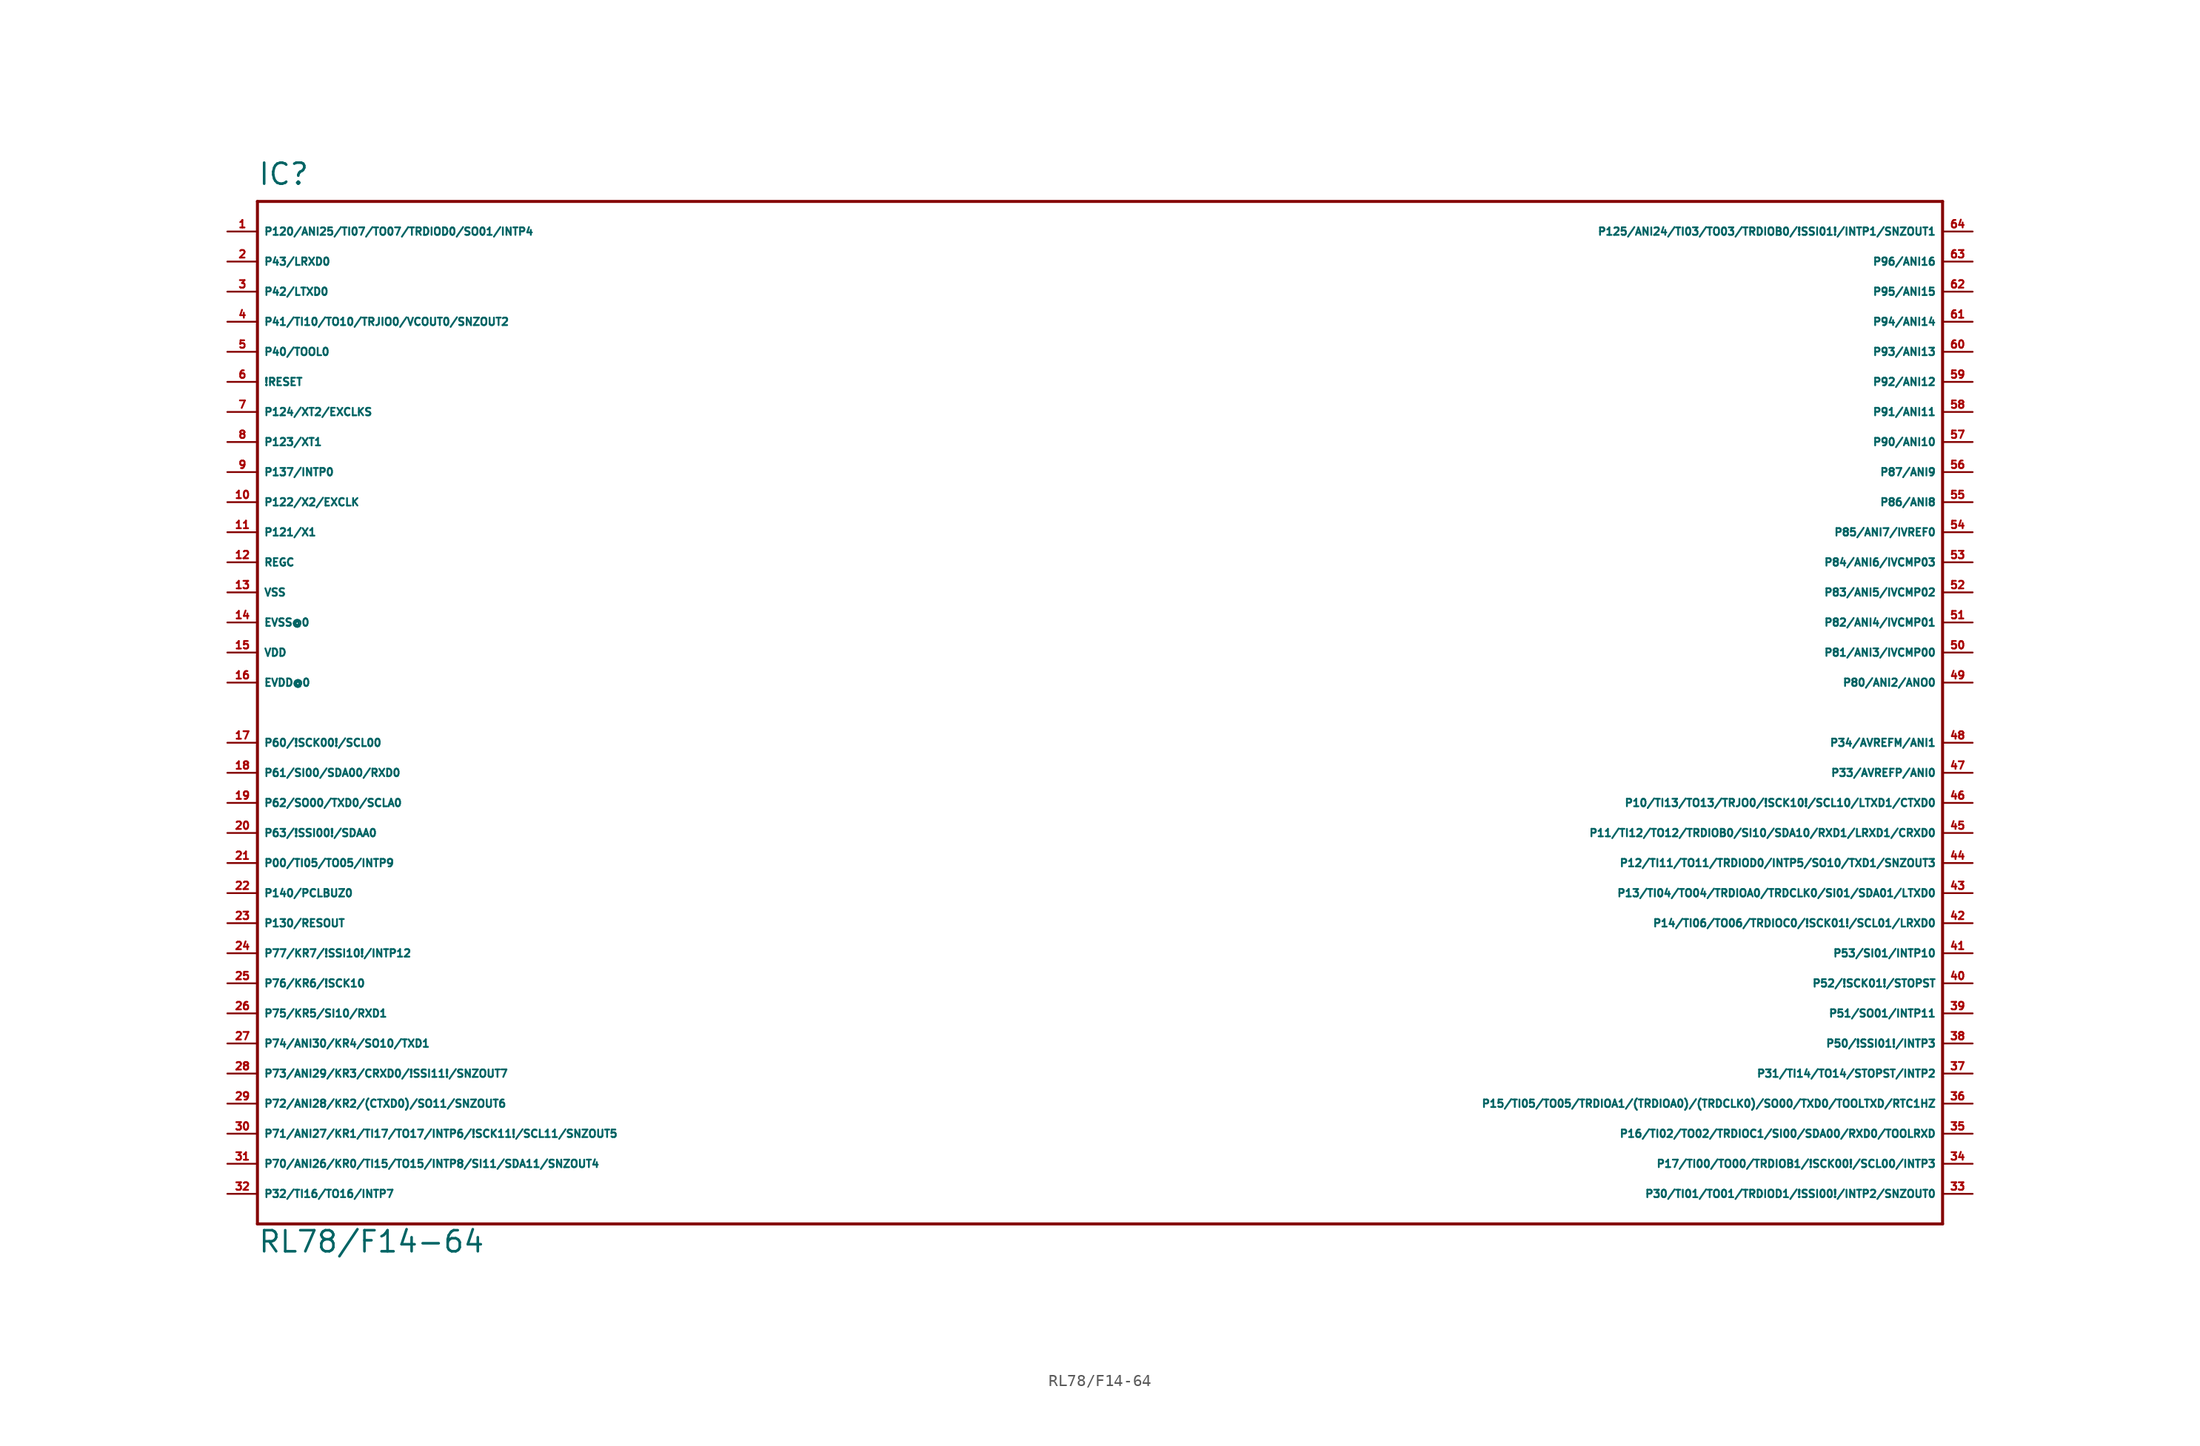
<source format=kicad_sym>
(kicad_symbol_lib
  (version 20220914)
  (generator Eagle2Kicad)
  (symbol "RL78/F14-64"
    (property "Reference" "IC"
      (at -73.66 41.91 0)
      (effects (font (size 1.778 1.778) (thickness 0.22)) (justify left bottom)))
    (property "Value" "RL78/F14-64"
      (at -73.66 -48.26 0)
      (effects (font (size 1.778 1.778) (thickness 0.22)) (justify left bottom)))
    (polyline
      (pts (xy 68.58 40.64) (xy -73.66 40.64))
      (stroke (width 0.254) (type default))
      (fill (type none)))
    (polyline
      (pts (xy -73.66 40.64) (xy -73.66 -45.72))
      (stroke (width 0.254) (type default))
      (fill (type none)))
    (polyline
      (pts (xy -73.66 -45.72) (xy 68.58 -45.72))
      (stroke (width 0.254) (type default))
      (fill (type none)))
    (polyline
      (pts (xy 68.58 -45.72) (xy 68.58 40.64))
      (stroke (width 0.254) (type default))
      (fill (type none)))
    (pin bidirectional line
      (at -76.2 35.56 0)
      (length 2.54)
      (name "P43/LRXD0" (effects (font (size 0.635 0.635) (thickness 0.08)) (justify left bottom)))
      (number "2" (effects (font (size 0.635 0.635) (thickness 0.08)) (justify left bottom))))
    (pin bidirectional line
      (at -76.2 33.02 0)
      (length 2.54)
      (name "P42/LTXD0" (effects (font (size 0.635 0.635) (thickness 0.08)) (justify left bottom)))
      (number "3" (effects (font (size 0.635 0.635) (thickness 0.08)) (justify left bottom))))
    (pin bidirectional line
      (at -76.2 30.48 0)
      (length 2.54)
      (name "P41/TI10/TO10/TRJIO0/VCOUT0/SNZOUT2" (effects (font (size 0.635 0.635) (thickness 0.08)) (justify left bottom)))
      (number "4" (effects (font (size 0.635 0.635) (thickness 0.08)) (justify left bottom))))
    (pin bidirectional line
      (at -76.2 27.94 0)
      (length 2.54)
      (name "P40/TOOL0" (effects (font (size 0.635 0.635) (thickness 0.08)) (justify left bottom)))
      (number "5" (effects (font (size 0.635 0.635) (thickness 0.08)) (justify left bottom))))
    (pin input line
      (at -76.2 25.4 0)
      (length 2.54)
      (name "!RESET" (effects (font (size 0.635 0.635) (thickness 0.08)) (justify left bottom)))
      (number "6" (effects (font (size 0.635 0.635) (thickness 0.08)) (justify left bottom))))
    (pin input line
      (at -76.2 22.86 0)
      (length 2.54)
      (name "P124/XT2/EXCLKS" (effects (font (size 0.635 0.635) (thickness 0.08)) (justify left bottom)))
      (number "7" (effects (font (size 0.635 0.635) (thickness 0.08)) (justify left bottom))))
    (pin input line
      (at -76.2 20.32 0)
      (length 2.54)
      (name "P123/XT1" (effects (font (size 0.635 0.635) (thickness 0.08)) (justify left bottom)))
      (number "8" (effects (font (size 0.635 0.635) (thickness 0.08)) (justify left bottom))))
    (pin input line
      (at -76.2 17.78 0)
      (length 2.54)
      (name "P137/INTP0" (effects (font (size 0.635 0.635) (thickness 0.08)) (justify left bottom)))
      (number "9" (effects (font (size 0.635 0.635) (thickness 0.08)) (justify left bottom))))
    (pin input line
      (at -76.2 15.24 0)
      (length 2.54)
      (name "P122/X2/EXCLK" (effects (font (size 0.635 0.635) (thickness 0.08)) (justify left bottom)))
      (number "10" (effects (font (size 0.635 0.635) (thickness 0.08)) (justify left bottom))))
    (pin input line
      (at -76.2 12.7 0)
      (length 2.54)
      (name "P121/X1" (effects (font (size 0.635 0.635) (thickness 0.08)) (justify left bottom)))
      (number "11" (effects (font (size 0.635 0.635) (thickness 0.08)) (justify left bottom))))
    (pin passive line
      (at -76.2 10.16 0)
      (length 2.54)
      (name "REGC" (effects (font (size 0.635 0.635) (thickness 0.08)) (justify left bottom)))
      (number "12" (effects (font (size 0.635 0.635) (thickness 0.08)) (justify left bottom))))
    (pin unspecified line
      (at -76.2 7.62 0)
      (length 2.54)
      (name "VSS" (effects (font (size 0.635 0.635) (thickness 0.08)) (justify left bottom)))
      (number "13" (effects (font (size 0.635 0.635) (thickness 0.08)) (justify left bottom))))
    (pin unspecified line
      (at -76.2 5.08 0)
      (length 2.54)
      (name "EVSS@0" (effects (font (size 0.635 0.635) (thickness 0.08)) (justify left bottom)))
      (number "14" (effects (font (size 0.635 0.635) (thickness 0.08)) (justify left bottom))))
    (pin unspecified line
      (at -76.2 2.54 0)
      (length 2.54)
      (name "VDD" (effects (font (size 0.635 0.635) (thickness 0.08)) (justify left bottom)))
      (number "15" (effects (font (size 0.635 0.635) (thickness 0.08)) (justify left bottom))))
    (pin unspecified line
      (at -76.2 0 0)
      (length 2.54)
      (name "EVDD@0" (effects (font (size 0.635 0.635) (thickness 0.08)) (justify left bottom)))
      (number "16" (effects (font (size 0.635 0.635) (thickness 0.08)) (justify left bottom))))
    (pin bidirectional line
      (at -76.2 -5.08 0)
      (length 2.54)
      (name "P60/!SCK00!/SCL00" (effects (font (size 0.635 0.635) (thickness 0.08)) (justify left bottom)))
      (number "17" (effects (font (size 0.635 0.635) (thickness 0.08)) (justify left bottom))))
    (pin bidirectional line
      (at -76.2 -7.62 0)
      (length 2.54)
      (name "P61/SI00/SDA00/RXD0" (effects (font (size 0.635 0.635) (thickness 0.08)) (justify left bottom)))
      (number "18" (effects (font (size 0.635 0.635) (thickness 0.08)) (justify left bottom))))
    (pin bidirectional line
      (at -76.2 -10.16 0)
      (length 2.54)
      (name "P62/SO00/TXD0/SCLA0" (effects (font (size 0.635 0.635) (thickness 0.08)) (justify left bottom)))
      (number "19" (effects (font (size 0.635 0.635) (thickness 0.08)) (justify left bottom))))
    (pin bidirectional line
      (at -76.2 -12.7 0)
      (length 2.54)
      (name "P63/!SSI00!/SDAA0" (effects (font (size 0.635 0.635) (thickness 0.08)) (justify left bottom)))
      (number "20" (effects (font (size 0.635 0.635) (thickness 0.08)) (justify left bottom))))
    (pin bidirectional line
      (at -76.2 -15.24 0)
      (length 2.54)
      (name "P00/TI05/TO05/INTP9" (effects (font (size 0.635 0.635) (thickness 0.08)) (justify left bottom)))
      (number "21" (effects (font (size 0.635 0.635) (thickness 0.08)) (justify left bottom))))
    (pin bidirectional line
      (at -76.2 -17.78 0)
      (length 2.54)
      (name "P140/PCLBUZ0" (effects (font (size 0.635 0.635) (thickness 0.08)) (justify left bottom)))
      (number "22" (effects (font (size 0.635 0.635) (thickness 0.08)) (justify left bottom))))
    (pin bidirectional line
      (at -76.2 -20.32 0)
      (length 2.54)
      (name "P130/RESOUT" (effects (font (size 0.635 0.635) (thickness 0.08)) (justify left bottom)))
      (number "23" (effects (font (size 0.635 0.635) (thickness 0.08)) (justify left bottom))))
    (pin bidirectional line
      (at -76.2 -22.86 0)
      (length 2.54)
      (name "P77/KR7/!SSI10!/INTP12" (effects (font (size 0.635 0.635) (thickness 0.08)) (justify left bottom)))
      (number "24" (effects (font (size 0.635 0.635) (thickness 0.08)) (justify left bottom))))
    (pin bidirectional line
      (at -76.2 -25.4 0)
      (length 2.54)
      (name "P76/KR6/!SCK10" (effects (font (size 0.635 0.635) (thickness 0.08)) (justify left bottom)))
      (number "25" (effects (font (size 0.635 0.635) (thickness 0.08)) (justify left bottom))))
    (pin bidirectional line
      (at -76.2 -27.94 0)
      (length 2.54)
      (name "P75/KR5/SI10/RXD1" (effects (font (size 0.635 0.635) (thickness 0.08)) (justify left bottom)))
      (number "26" (effects (font (size 0.635 0.635) (thickness 0.08)) (justify left bottom))))
    (pin bidirectional line
      (at -76.2 -30.48 0)
      (length 2.54)
      (name "P74/ANI30/KR4/SO10/TXD1" (effects (font (size 0.635 0.635) (thickness 0.08)) (justify left bottom)))
      (number "27" (effects (font (size 0.635 0.635) (thickness 0.08)) (justify left bottom))))
    (pin bidirectional line
      (at -76.2 -33.02 0)
      (length 2.54)
      (name "P73/ANI29/KR3/CRXD0/!SSI11!/SNZOUT7" (effects (font (size 0.635 0.635) (thickness 0.08)) (justify left bottom)))
      (number "28" (effects (font (size 0.635 0.635) (thickness 0.08)) (justify left bottom))))
    (pin bidirectional line
      (at -76.2 -35.56 0)
      (length 2.54)
      (name "P72/ANI28/KR2/(CTXD0)/SO11/SNZOUT6" (effects (font (size 0.635 0.635) (thickness 0.08)) (justify left bottom)))
      (number "29" (effects (font (size 0.635 0.635) (thickness 0.08)) (justify left bottom))))
    (pin bidirectional line
      (at -76.2 -38.1 0)
      (length 2.54)
      (name "P71/ANI27/KR1/TI17/TO17/INTP6/!SCK11!/SCL11/SNZOUT5" (effects (font (size 0.635 0.635) (thickness 0.08)) (justify left bottom)))
      (number "30" (effects (font (size 0.635 0.635) (thickness 0.08)) (justify left bottom))))
    (pin bidirectional line
      (at -76.2 -40.64 0)
      (length 2.54)
      (name "P70/ANI26/KR0/TI15/TO15/INTP8/SI11/SDA11/SNZOUT4" (effects (font (size 0.635 0.635) (thickness 0.08)) (justify left bottom)))
      (number "31" (effects (font (size 0.635 0.635) (thickness 0.08)) (justify left bottom))))
    (pin bidirectional line
      (at -76.2 -43.18 0)
      (length 2.54)
      (name "P32/TI16/TO16/INTP7" (effects (font (size 0.635 0.635) (thickness 0.08)) (justify left bottom)))
      (number "32" (effects (font (size 0.635 0.635) (thickness 0.08)) (justify left bottom))))
    (pin bidirectional line
      (at 71.12 -43.18 180)
      (length 2.54)
      (name "P30/TI01/TO01/TRDIOD1/!SSI00!/INTP2/SNZOUT0" (effects (font (size 0.635 0.635) (thickness 0.08)) (justify left bottom)))
      (number "33" (effects (font (size 0.635 0.635) (thickness 0.08)) (justify left bottom))))
    (pin bidirectional line
      (at 71.12 -40.64 180)
      (length 2.54)
      (name "P17/TI00/TO00/TRDIOB1/!SCK00!/SCL00/INTP3" (effects (font (size 0.635 0.635) (thickness 0.08)) (justify left bottom)))
      (number "34" (effects (font (size 0.635 0.635) (thickness 0.08)) (justify left bottom))))
    (pin bidirectional line
      (at 71.12 -38.1 180)
      (length 2.54)
      (name "P16/TI02/TO02/TRDIOC1/SI00/SDA00/RXD0/TOOLRXD" (effects (font (size 0.635 0.635) (thickness 0.08)) (justify left bottom)))
      (number "35" (effects (font (size 0.635 0.635) (thickness 0.08)) (justify left bottom))))
    (pin bidirectional line
      (at 71.12 -35.56 180)
      (length 2.54)
      (name "P15/TI05/TO05/TRDIOA1/(TRDIOA0)/(TRDCLK0)/SO00/TXD0/TOOLTXD/RTC1HZ" (effects (font (size 0.635 0.635) (thickness 0.08)) (justify left bottom)))
      (number "36" (effects (font (size 0.635 0.635) (thickness 0.08)) (justify left bottom))))
    (pin bidirectional line
      (at 71.12 -30.48 180)
      (length 2.54)
      (name "P50/!SSI01!/INTP3" (effects (font (size 0.635 0.635) (thickness 0.08)) (justify left bottom)))
      (number "38" (effects (font (size 0.635 0.635) (thickness 0.08)) (justify left bottom))))
    (pin bidirectional line
      (at 71.12 -27.94 180)
      (length 2.54)
      (name "P51/SO01/INTP11" (effects (font (size 0.635 0.635) (thickness 0.08)) (justify left bottom)))
      (number "39" (effects (font (size 0.635 0.635) (thickness 0.08)) (justify left bottom))))
    (pin bidirectional line
      (at 71.12 -25.4 180)
      (length 2.54)
      (name "P52/!SCK01!/STOPST" (effects (font (size 0.635 0.635) (thickness 0.08)) (justify left bottom)))
      (number "40" (effects (font (size 0.635 0.635) (thickness 0.08)) (justify left bottom))))
    (pin bidirectional line
      (at 71.12 -22.86 180)
      (length 2.54)
      (name "P53/SI01/INTP10" (effects (font (size 0.635 0.635) (thickness 0.08)) (justify left bottom)))
      (number "41" (effects (font (size 0.635 0.635) (thickness 0.08)) (justify left bottom))))
    (pin bidirectional line
      (at 71.12 -20.32 180)
      (length 2.54)
      (name "P14/TI06/TO06/TRDIOC0/!SCK01!/SCL01/LRXD0" (effects (font (size 0.635 0.635) (thickness 0.08)) (justify left bottom)))
      (number "42" (effects (font (size 0.635 0.635) (thickness 0.08)) (justify left bottom))))
    (pin bidirectional line
      (at 71.12 -17.78 180)
      (length 2.54)
      (name "P13/TI04/TO04/TRDIOA0/TRDCLK0/SI01/SDA01/LTXD0" (effects (font (size 0.635 0.635) (thickness 0.08)) (justify left bottom)))
      (number "43" (effects (font (size 0.635 0.635) (thickness 0.08)) (justify left bottom))))
    (pin bidirectional line
      (at 71.12 -15.24 180)
      (length 2.54)
      (name "P12/TI11/TO11/TRDIOD0/INTP5/SO10/TXD1/SNZOUT3" (effects (font (size 0.635 0.635) (thickness 0.08)) (justify left bottom)))
      (number "44" (effects (font (size 0.635 0.635) (thickness 0.08)) (justify left bottom))))
    (pin bidirectional line
      (at 71.12 -12.7 180)
      (length 2.54)
      (name "P11/TI12/TO12/TRDIOB0/SI10/SDA10/RXD1/LRXD1/CRXD0" (effects (font (size 0.635 0.635) (thickness 0.08)) (justify left bottom)))
      (number "45" (effects (font (size 0.635 0.635) (thickness 0.08)) (justify left bottom))))
    (pin bidirectional line
      (at 71.12 -10.16 180)
      (length 2.54)
      (name "P10/TI13/TO13/TRJO0/!SCK10!/SCL10/LTXD1/CTXD0" (effects (font (size 0.635 0.635) (thickness 0.08)) (justify left bottom)))
      (number "46" (effects (font (size 0.635 0.635) (thickness 0.08)) (justify left bottom))))
    (pin bidirectional line
      (at 71.12 -7.62 180)
      (length 2.54)
      (name "P33/AVREFP/ANI0" (effects (font (size 0.635 0.635) (thickness 0.08)) (justify left bottom)))
      (number "47" (effects (font (size 0.635 0.635) (thickness 0.08)) (justify left bottom))))
    (pin bidirectional line
      (at 71.12 -5.08 180)
      (length 2.54)
      (name "P34/AVREFM/ANI1" (effects (font (size 0.635 0.635) (thickness 0.08)) (justify left bottom)))
      (number "48" (effects (font (size 0.635 0.635) (thickness 0.08)) (justify left bottom))))
    (pin bidirectional line
      (at 71.12 0 180)
      (length 2.54)
      (name "P80/ANI2/ANO0" (effects (font (size 0.635 0.635) (thickness 0.08)) (justify left bottom)))
      (number "49" (effects (font (size 0.635 0.635) (thickness 0.08)) (justify left bottom))))
    (pin bidirectional line
      (at 71.12 2.54 180)
      (length 2.54)
      (name "P81/ANI3/IVCMP00" (effects (font (size 0.635 0.635) (thickness 0.08)) (justify left bottom)))
      (number "50" (effects (font (size 0.635 0.635) (thickness 0.08)) (justify left bottom))))
    (pin bidirectional line
      (at 71.12 5.08 180)
      (length 2.54)
      (name "P82/ANI4/IVCMP01" (effects (font (size 0.635 0.635) (thickness 0.08)) (justify left bottom)))
      (number "51" (effects (font (size 0.635 0.635) (thickness 0.08)) (justify left bottom))))
    (pin bidirectional line
      (at 71.12 7.62 180)
      (length 2.54)
      (name "P83/ANI5/IVCMP02" (effects (font (size 0.635 0.635) (thickness 0.08)) (justify left bottom)))
      (number "52" (effects (font (size 0.635 0.635) (thickness 0.08)) (justify left bottom))))
    (pin bidirectional line
      (at 71.12 10.16 180)
      (length 2.54)
      (name "P84/ANI6/IVCMP03" (effects (font (size 0.635 0.635) (thickness 0.08)) (justify left bottom)))
      (number "53" (effects (font (size 0.635 0.635) (thickness 0.08)) (justify left bottom))))
    (pin bidirectional line
      (at 71.12 12.7 180)
      (length 2.54)
      (name "P85/ANI7/IVREF0" (effects (font (size 0.635 0.635) (thickness 0.08)) (justify left bottom)))
      (number "54" (effects (font (size 0.635 0.635) (thickness 0.08)) (justify left bottom))))
    (pin bidirectional line
      (at 71.12 15.24 180)
      (length 2.54)
      (name "P86/ANI8" (effects (font (size 0.635 0.635) (thickness 0.08)) (justify left bottom)))
      (number "55" (effects (font (size 0.635 0.635) (thickness 0.08)) (justify left bottom))))
    (pin bidirectional line
      (at 71.12 17.78 180)
      (length 2.54)
      (name "P87/ANI9" (effects (font (size 0.635 0.635) (thickness 0.08)) (justify left bottom)))
      (number "56" (effects (font (size 0.635 0.635) (thickness 0.08)) (justify left bottom))))
    (pin bidirectional line
      (at 71.12 20.32 180)
      (length 2.54)
      (name "P90/ANI10" (effects (font (size 0.635 0.635) (thickness 0.08)) (justify left bottom)))
      (number "57" (effects (font (size 0.635 0.635) (thickness 0.08)) (justify left bottom))))
    (pin bidirectional line
      (at 71.12 22.86 180)
      (length 2.54)
      (name "P91/ANI11" (effects (font (size 0.635 0.635) (thickness 0.08)) (justify left bottom)))
      (number "58" (effects (font (size 0.635 0.635) (thickness 0.08)) (justify left bottom))))
    (pin bidirectional line
      (at 71.12 25.4 180)
      (length 2.54)
      (name "P92/ANI12" (effects (font (size 0.635 0.635) (thickness 0.08)) (justify left bottom)))
      (number "59" (effects (font (size 0.635 0.635) (thickness 0.08)) (justify left bottom))))
    (pin bidirectional line
      (at 71.12 27.94 180)
      (length 2.54)
      (name "P93/ANI13" (effects (font (size 0.635 0.635) (thickness 0.08)) (justify left bottom)))
      (number "60" (effects (font (size 0.635 0.635) (thickness 0.08)) (justify left bottom))))
    (pin bidirectional line
      (at 71.12 30.48 180)
      (length 2.54)
      (name "P94/ANI14" (effects (font (size 0.635 0.635) (thickness 0.08)) (justify left bottom)))
      (number "61" (effects (font (size 0.635 0.635) (thickness 0.08)) (justify left bottom))))
    (pin bidirectional line
      (at 71.12 33.02 180)
      (length 2.54)
      (name "P95/ANI15" (effects (font (size 0.635 0.635) (thickness 0.08)) (justify left bottom)))
      (number "62" (effects (font (size 0.635 0.635) (thickness 0.08)) (justify left bottom))))
    (pin bidirectional line
      (at 71.12 35.56 180)
      (length 2.54)
      (name "P96/ANI16" (effects (font (size 0.635 0.635) (thickness 0.08)) (justify left bottom)))
      (number "63" (effects (font (size 0.635 0.635) (thickness 0.08)) (justify left bottom))))
    (pin bidirectional line
      (at 71.12 38.1 180)
      (length 2.54)
      (name "P125/ANI24/TI03/TO03/TRDIOB0/!SSI01!/INTP1/SNZOUT1" (effects (font (size 0.635 0.635) (thickness 0.08)) (justify left bottom)))
      (number "64" (effects (font (size 0.635 0.635) (thickness 0.08)) (justify left bottom))))
    (pin bidirectional line
      (at -76.2 38.1 0)
      (length 2.54)
      (name "P120/ANI25/TI07/TO07/TRDIOD0/SO01/INTP4" (effects (font (size 0.635 0.635) (thickness 0.08)) (justify left bottom)))
      (number "1" (effects (font (size 0.635 0.635) (thickness 0.08)) (justify left bottom))))
    (pin bidirectional line
      (at 71.12 -33.02 180)
      (length 2.54)
      (name "P31/TI14/TO14/STOPST/INTP2" (effects (font (size 0.635 0.635) (thickness 0.08)) (justify left bottom)))
      (number "37" (effects (font (size 0.635 0.635) (thickness 0.08)) (justify left bottom))))))
</source>
